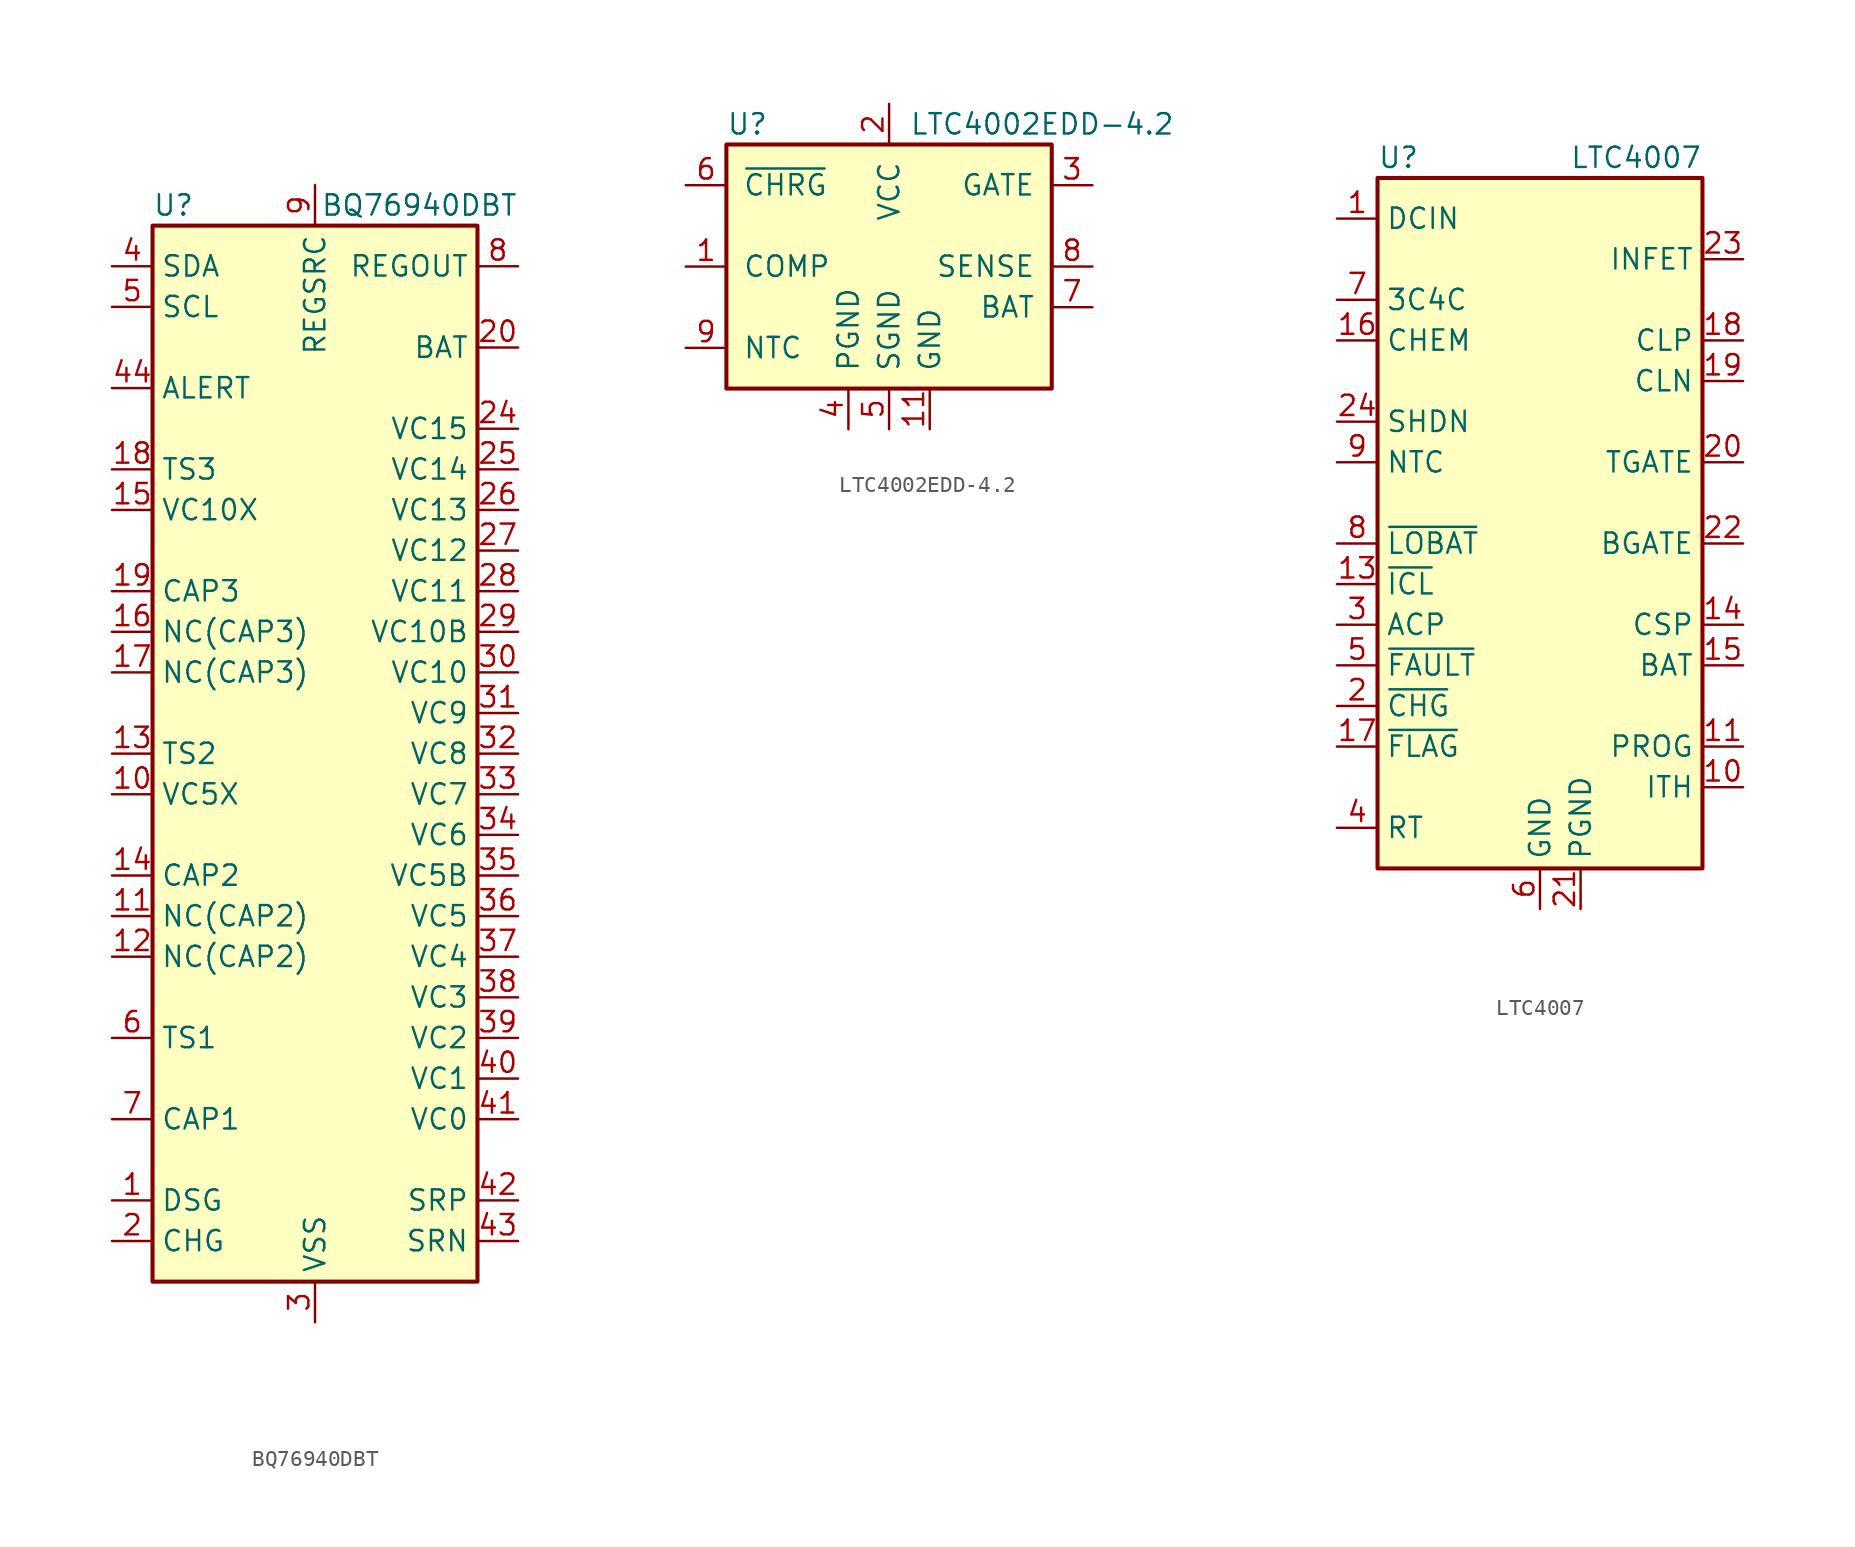
<source format=kicad_sym>
(kicad_symbol_lib
  (version 20200908)
  (generator kicad_symbol_editor)
  (symbol "Battery_Management:BQ76940DBT"
    (property "Reference" "U"
      (at -10.16 34.29 0)
      (effects (font (size 1.27 1.27)) (justify left)))
    (property "Value" "BQ76940DBT"
      (at 12.7 34.29 0)
      (effects (font (size 1.27 1.27)) (justify right)))
    (symbol "BQ76940DBT_0_1"
      (rectangle (start -10.16 33.02) (end 10.16 -33.02) (stroke (width 0.254)) (fill (type background))))
    (symbol "BQ76940DBT_1_0"
      (pin passive line (at -12.7 -2.54 0) (length 2.54) (name "VC5X" (effects (font (size 1.27 1.27)))) (number "10" (effects (font (size 1.27 1.27)))))
      (pin passive line (at -12.7 -10.16 0) (length 2.54) (name "NC(CAP2)" (effects (font (size 1.27 1.27)))) (number "11" (effects (font (size 1.27 1.27)))))
      (pin passive line (at -12.7 -12.7 0) (length 2.54) (name "NC(CAP2)" (effects (font (size 1.27 1.27)))) (number "12" (effects (font (size 1.27 1.27)))))
      (pin passive line (at -12.7 0 0) (length 2.54) (name "TS2" (effects (font (size 1.27 1.27)))) (number "13" (effects (font (size 1.27 1.27)))))
      (pin passive line (at -12.7 -7.62 0) (length 2.54) (name "CAP2" (effects (font (size 1.27 1.27)))) (number "14" (effects (font (size 1.27 1.27)))))
      (pin passive line (at -12.7 15.24 0) (length 2.54) (name "VC10X" (effects (font (size 1.27 1.27)))) (number "15" (effects (font (size 1.27 1.27)))))
      (pin passive line (at -12.7 7.62 0) (length 2.54) (name "NC(CAP3)" (effects (font (size 1.27 1.27)))) (number "16" (effects (font (size 1.27 1.27)))))
      (pin passive line (at -12.7 5.08 0) (length 2.54) (name "NC(CAP3)" (effects (font (size 1.27 1.27)))) (number "17" (effects (font (size 1.27 1.27)))))
      (pin passive line (at -12.7 17.78 0) (length 2.54) (name "TS3" (effects (font (size 1.27 1.27)))) (number "18" (effects (font (size 1.27 1.27)))))
      (pin passive line (at -12.7 10.16 0) (length 2.54) (name "CAP3" (effects (font (size 1.27 1.27)))) (number "19" (effects (font (size 1.27 1.27)))))
      (pin input line (at 12.7 25.4 180) (length 2.54) (name "BAT" (effects (font (size 1.27 1.27)))) (number "20" (effects (font (size 1.27 1.27)))))
      (pin unconnected line (at -5.08 -33.02 90) (length 2.54) hide (name "NC" (effects (font (size 1.27 1.27)))) (number "21" (effects (font (size 1.27 1.27)))))
      (pin unconnected line (at -2.54 -33.02 90) (length 2.54) hide (name "NC" (effects (font (size 1.27 1.27)))) (number "22" (effects (font (size 1.27 1.27)))))
      (pin unconnected line (at 2.54 -33.02 90) (length 2.54) hide (name "NC" (effects (font (size 1.27 1.27)))) (number "23" (effects (font (size 1.27 1.27)))))
      (pin input line (at 12.7 20.32 180) (length 2.54) (name "VC15" (effects (font (size 1.27 1.27)))) (number "24" (effects (font (size 1.27 1.27)))))
      (pin input line (at 12.7 17.78 180) (length 2.54) (name "VC14" (effects (font (size 1.27 1.27)))) (number "25" (effects (font (size 1.27 1.27)))))
      (pin input line (at 12.7 15.24 180) (length 2.54) (name "VC13" (effects (font (size 1.27 1.27)))) (number "26" (effects (font (size 1.27 1.27)))))
      (pin input line (at 12.7 12.7 180) (length 2.54) (name "VC12" (effects (font (size 1.27 1.27)))) (number "27" (effects (font (size 1.27 1.27)))))
      (pin input line (at 12.7 10.16 180) (length 2.54) (name "VC11" (effects (font (size 1.27 1.27)))) (number "28" (effects (font (size 1.27 1.27)))))
      (pin input line (at 12.7 7.62 180) (length 2.54) (name "VC10B" (effects (font (size 1.27 1.27)))) (number "29" (effects (font (size 1.27 1.27)))))
      (pin input line (at 12.7 5.08 180) (length 2.54) (name "VC10" (effects (font (size 1.27 1.27)))) (number "30" (effects (font (size 1.27 1.27)))))
      (pin input line (at 12.7 2.54 180) (length 2.54) (name "VC9" (effects (font (size 1.27 1.27)))) (number "31" (effects (font (size 1.27 1.27)))))
      (pin input line (at 12.7 0 180) (length 2.54) (name "VC8" (effects (font (size 1.27 1.27)))) (number "32" (effects (font (size 1.27 1.27)))))
      (pin input line (at 12.7 -2.54 180) (length 2.54) (name "VC7" (effects (font (size 1.27 1.27)))) (number "33" (effects (font (size 1.27 1.27)))))
      (pin input line (at 12.7 -5.08 180) (length 2.54) (name "VC6" (effects (font (size 1.27 1.27)))) (number "34" (effects (font (size 1.27 1.27)))))
      (pin input line (at 12.7 -7.62 180) (length 2.54) (name "VC5B" (effects (font (size 1.27 1.27)))) (number "35" (effects (font (size 1.27 1.27)))))
      (pin input line (at 12.7 -10.16 180) (length 2.54) (name "VC5" (effects (font (size 1.27 1.27)))) (number "36" (effects (font (size 1.27 1.27)))))
      (pin input line (at 12.7 -12.7 180) (length 2.54) (name "VC4" (effects (font (size 1.27 1.27)))) (number "37" (effects (font (size 1.27 1.27)))))
      (pin input line (at 12.7 -15.24 180) (length 2.54) (name "VC3" (effects (font (size 1.27 1.27)))) (number "38" (effects (font (size 1.27 1.27)))))
      (pin input line (at 12.7 -17.78 180) (length 2.54) (name "VC2" (effects (font (size 1.27 1.27)))) (number "39" (effects (font (size 1.27 1.27)))))
      (pin input line (at 12.7 -20.32 180) (length 2.54) (name "VC1" (effects (font (size 1.27 1.27)))) (number "40" (effects (font (size 1.27 1.27)))))
      (pin input line (at 12.7 -22.86 180) (length 2.54) (name "VC0" (effects (font (size 1.27 1.27)))) (number "41" (effects (font (size 1.27 1.27)))))
      (pin input line (at 12.7 -27.94 180) (length 2.54) (name "SRP" (effects (font (size 1.27 1.27)))) (number "42" (effects (font (size 1.27 1.27)))))
      (pin input line (at 12.7 -30.48 180) (length 2.54) (name "SRN" (effects (font (size 1.27 1.27)))) (number "43" (effects (font (size 1.27 1.27)))))
      (pin bidirectional line (at -12.7 22.86 0) (length 2.54) (name "ALERT" (effects (font (size 1.27 1.27)))) (number "44" (effects (font (size 1.27 1.27)))))
      (pin passive line (at -12.7 -17.78 0) (length 2.54) (name "TS1" (effects (font (size 1.27 1.27)))) (number "6" (effects (font (size 1.27 1.27)))))
      (pin passive line (at -12.7 -22.86 0) (length 2.54) (name "CAP1" (effects (font (size 1.27 1.27)))) (number "7" (effects (font (size 1.27 1.27)))))
      (pin power_out line (at 12.7 30.48 180) (length 2.54) (name "REGOUT" (effects (font (size 1.27 1.27)))) (number "8" (effects (font (size 1.27 1.27)))))
      (pin power_in line (at 0 35.56 270) (length 2.54) (name "REGSRC" (effects (font (size 1.27 1.27)))) (number "9" (effects (font (size 1.27 1.27))))))
    (symbol "BQ76940DBT_1_1"
      (pin output line (at -12.7 -27.94 0) (length 2.54) (name "DSG" (effects (font (size 1.27 1.27)))) (number "1" (effects (font (size 1.27 1.27)))))
      (pin output line (at -12.7 -30.48 0) (length 2.54) (name "CHG" (effects (font (size 1.27 1.27)))) (number "2" (effects (font (size 1.27 1.27)))))
      (pin power_in line (at 0 -35.56 90) (length 2.54) (name "VSS" (effects (font (size 1.27 1.27)))) (number "3" (effects (font (size 1.27 1.27)))))
      (pin bidirectional line (at -12.7 30.48 0) (length 2.54) (name "SDA" (effects (font (size 1.27 1.27)))) (number "4" (effects (font (size 1.27 1.27)))))
      (pin input line (at -12.7 27.94 0) (length 2.54) (name "SCL" (effects (font (size 1.27 1.27)))) (number "5" (effects (font (size 1.27 1.27)))))))
  (symbol "Battery_Management:LTC4002EDD-4.2"
    (pin_names
      (offset 1.016))
    (property "Reference" "U"
      (at -10.16 8.89 0)
      (effects (font (size 1.27 1.27)) (justify left)))
    (property "Value" "LTC4002EDD-4.2"
      (at 1.27 8.89 0)
      (effects (font (size 1.27 1.27)) (justify left)))
    (symbol "LTC4002EDD-4.2_0_1"
      (rectangle (start 10.16 -7.62) (end -10.16 7.62) (stroke (width 0.254)) (fill (type background))))
    (symbol "LTC4002EDD-4.2_1_1"
      (pin input line (at -12.7 0 0) (length 2.54) (name "COMP" (effects (font (size 1.27 1.27)))) (number "1" (effects (font (size 1.27 1.27)))))
      (pin unconnected line (at 5.08 -10.16 90) (length 2.54) hide (name "NC" (effects (font (size 1.27 1.27)))) (number "10" (effects (font (size 1.27 1.27)))))
      (pin power_in line (at 2.54 -10.16 90) (length 2.54) (name "GND" (effects (font (size 1.27 1.27)))) (number "11" (effects (font (size 1.27 1.27)))))
      (pin power_in line (at 0 10.16 270) (length 2.54) (name "VCC" (effects (font (size 1.27 1.27)))) (number "2" (effects (font (size 1.27 1.27)))))
      (pin output line (at 12.7 5.08 180) (length 2.54) (name "GATE" (effects (font (size 1.27 1.27)))) (number "3" (effects (font (size 1.27 1.27)))))
      (pin power_in line (at -2.54 -10.16 90) (length 2.54) (name "PGND" (effects (font (size 1.27 1.27)))) (number "4" (effects (font (size 1.27 1.27)))))
      (pin power_in line (at 0 -10.16 90) (length 2.54) (name "SGND" (effects (font (size 1.27 1.27)))) (number "5" (effects (font (size 1.27 1.27)))))
      (pin open_collector line (at -12.7 5.08 0) (length 2.54) (name "~CHRG~" (effects (font (size 1.27 1.27)))) (number "6" (effects (font (size 1.27 1.27)))))
      (pin input line (at 12.7 -2.54 180) (length 2.54) (name "BAT" (effects (font (size 1.27 1.27)))) (number "7" (effects (font (size 1.27 1.27)))))
      (pin input line (at 12.7 0 180) (length 2.54) (name "SENSE" (effects (font (size 1.27 1.27)))) (number "8" (effects (font (size 1.27 1.27)))))
      (pin input line (at -12.7 -5.08 0) (length 2.54) (name "NTC" (effects (font (size 1.27 1.27)))) (number "9" (effects (font (size 1.27 1.27)))))))
  (symbol "Battery_Management:LTC4007"
    (property "Reference" "U"
      (at -10.16 24.13 0)
      (effects (font (size 1.27 1.27)) (justify left)))
    (property "Value" "LTC4007"
      (at 10.16 24.13 0)
      (effects (font (size 1.27 1.27)) (justify right)))
    (symbol "LTC4007_0_1"
      (rectangle (start -10.16 22.86) (end 10.16 -20.32) (stroke (width 0.254)) (fill (type background))))
    (symbol "LTC4007_1_1"
      (pin input line (at -12.7 20.32 0) (length 2.54) (name "DCIN" (effects (font (size 1.27 1.27)))) (number "1" (effects (font (size 1.27 1.27)))))
      (pin passive line (at 12.7 -15.24 180) (length 2.54) (name "ITH" (effects (font (size 1.27 1.27)))) (number "10" (effects (font (size 1.27 1.27)))))
      (pin bidirectional line (at 12.7 -12.7 180) (length 2.54) (name "PROG" (effects (font (size 1.27 1.27)))) (number "11" (effects (font (size 1.27 1.27)))))
      (pin unconnected line (at -2.54 -20.32 90) (length 2.54) hide (name "NC" (effects (font (size 1.27 1.27)))) (number "12" (effects (font (size 1.27 1.27)))))
      (pin output line (at -12.7 -2.54 0) (length 2.54) (name "~ICL" (effects (font (size 1.27 1.27)))) (number "13" (effects (font (size 1.27 1.27)))))
      (pin input line (at 12.7 -5.08 180) (length 2.54) (name "CSP" (effects (font (size 1.27 1.27)))) (number "14" (effects (font (size 1.27 1.27)))))
      (pin input line (at 12.7 -7.62 180) (length 2.54) (name "BAT" (effects (font (size 1.27 1.27)))) (number "15" (effects (font (size 1.27 1.27)))))
      (pin input line (at -12.7 12.7 0) (length 2.54) (name "CHEM" (effects (font (size 1.27 1.27)))) (number "16" (effects (font (size 1.27 1.27)))))
      (pin open_collector line (at -12.7 -12.7 0) (length 2.54) (name "~FLAG" (effects (font (size 1.27 1.27)))) (number "17" (effects (font (size 1.27 1.27)))))
      (pin input line (at 12.7 12.7 180) (length 2.54) (name "CLP" (effects (font (size 1.27 1.27)))) (number "18" (effects (font (size 1.27 1.27)))))
      (pin input line (at 12.7 10.16 180) (length 2.54) (name "CLN" (effects (font (size 1.27 1.27)))) (number "19" (effects (font (size 1.27 1.27)))))
      (pin output line (at -12.7 -10.16 0) (length 2.54) (name "~CHG" (effects (font (size 1.27 1.27)))) (number "2" (effects (font (size 1.27 1.27)))))
      (pin output line (at 12.7 5.08 180) (length 2.54) (name "TGATE" (effects (font (size 1.27 1.27)))) (number "20" (effects (font (size 1.27 1.27)))))
      (pin power_in line (at 2.54 -22.86 90) (length 2.54) (name "PGND" (effects (font (size 1.27 1.27)))) (number "21" (effects (font (size 1.27 1.27)))))
      (pin output line (at 12.7 0 180) (length 2.54) (name "BGATE" (effects (font (size 1.27 1.27)))) (number "22" (effects (font (size 1.27 1.27)))))
      (pin output line (at 12.7 17.78 180) (length 2.54) (name "INFET" (effects (font (size 1.27 1.27)))) (number "23" (effects (font (size 1.27 1.27)))))
      (pin input line (at -12.7 7.62 0) (length 2.54) (name "SHDN" (effects (font (size 1.27 1.27)))) (number "24" (effects (font (size 1.27 1.27)))))
      (pin open_collector line (at -12.7 -5.08 0) (length 2.54) (name "ACP" (effects (font (size 1.27 1.27)))) (number "3" (effects (font (size 1.27 1.27)))))
      (pin passive line (at -12.7 -17.78 0) (length 2.54) (name "RT" (effects (font (size 1.27 1.27)))) (number "4" (effects (font (size 1.27 1.27)))))
      (pin open_collector line (at -12.7 -7.62 0) (length 2.54) (name "~FAULT" (effects (font (size 1.27 1.27)))) (number "5" (effects (font (size 1.27 1.27)))))
      (pin power_in line (at 0 -22.86 90) (length 2.54) (name "GND" (effects (font (size 1.27 1.27)))) (number "6" (effects (font (size 1.27 1.27)))))
      (pin input line (at -12.7 15.24 0) (length 2.54) (name "3C4C" (effects (font (size 1.27 1.27)))) (number "7" (effects (font (size 1.27 1.27)))))
      (pin output line (at -12.7 0 0) (length 2.54) (name "~LOBAT" (effects (font (size 1.27 1.27)))) (number "8" (effects (font (size 1.27 1.27)))))
      (pin input line (at -12.7 5.08 0) (length 2.54) (name "NTC" (effects (font (size 1.27 1.27)))) (number "9" (effects (font (size 1.27 1.27))))))))
</source>
